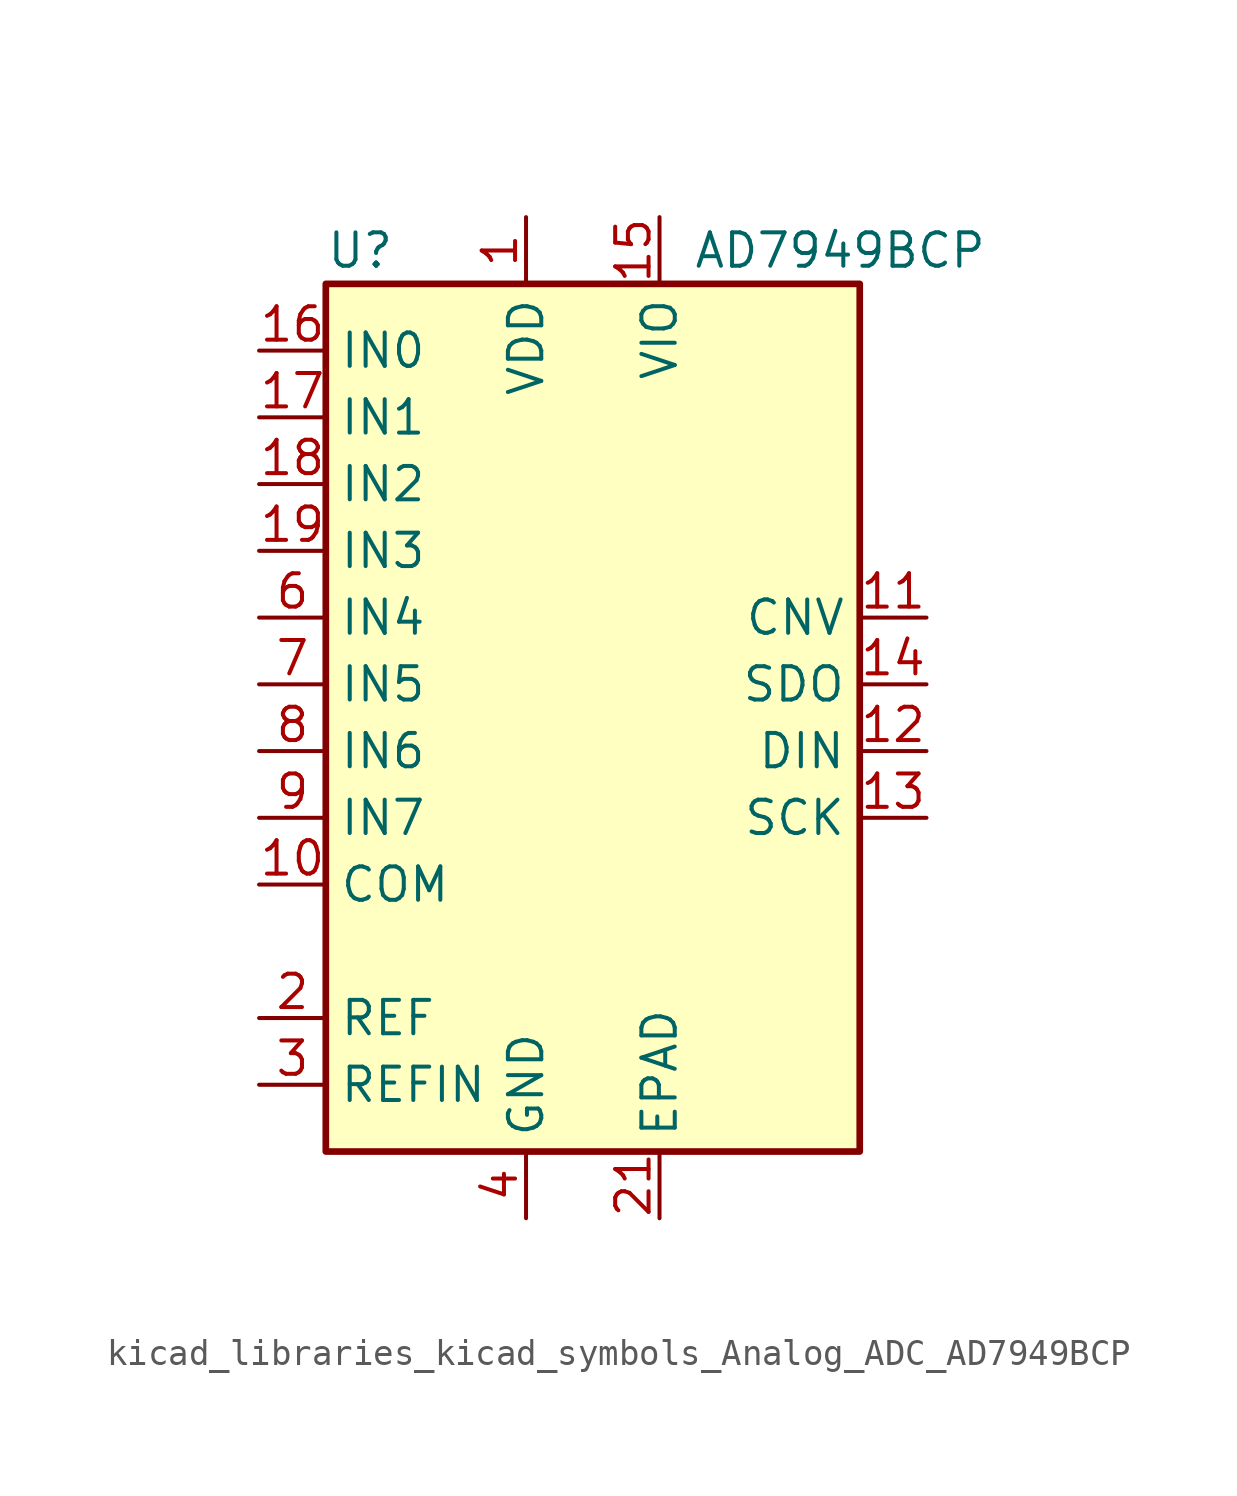
<source format=kicad_sym>
(kicad_symbol_lib
  (version 20220914)
  (generator kicad_symbol_editor)
  (symbol "kicad_libraries_kicad_symbols_Analog_ADC_AD7949BCP"
    (property "Reference" "U"
      (at -10.16 16.51 0)
      (effects (font (size 1.27 1.27)) (justify left)))
    (property "Value" "AD7949BCP"
      (at 3.81 16.51 0)
      (effects (font (size 1.27 1.27)) (justify left)))
    (symbol "kicad_libraries_kicad_symbols_Analog_ADC_AD7949BCP_0_1"
      (rectangle (start -10.16 15.24) (end 10.16 -17.78) (stroke (width 0.254) (type default)) (fill (type background))))
    (symbol "kicad_libraries_kicad_symbols_Analog_ADC_AD7949BCP_1_1"
      (pin power_in line (at -2.54 17.78 270) (length 2.54) (name "VDD" (effects (font (size 1.27 1.27)))) (number "1" (effects (font (size 1.27 1.27)))))
      (pin input line (at -12.7 -7.62 0) (length 2.54) (name "COM" (effects (font (size 1.27 1.27)))) (number "10" (effects (font (size 1.27 1.27)))))
      (pin input line (at 12.7 2.54 180) (length 2.54) (name "CNV" (effects (font (size 1.27 1.27)))) (number "11" (effects (font (size 1.27 1.27)))))
      (pin input line (at 12.7 -2.54 180) (length 2.54) (name "DIN" (effects (font (size 1.27 1.27)))) (number "12" (effects (font (size 1.27 1.27)))))
      (pin input line (at 12.7 -5.08 180) (length 2.54) (name "SCK" (effects (font (size 1.27 1.27)))) (number "13" (effects (font (size 1.27 1.27)))))
      (pin output line (at 12.7 0 180) (length 2.54) (name "SDO" (effects (font (size 1.27 1.27)))) (number "14" (effects (font (size 1.27 1.27)))))
      (pin power_in line (at 2.54 17.78 270) (length 2.54) (name "VIO" (effects (font (size 1.27 1.27)))) (number "15" (effects (font (size 1.27 1.27)))))
      (pin input line (at -12.7 12.7 0) (length 2.54) (name "IN0" (effects (font (size 1.27 1.27)))) (number "16" (effects (font (size 1.27 1.27)))))
      (pin input line (at -12.7 10.16 0) (length 2.54) (name "IN1" (effects (font (size 1.27 1.27)))) (number "17" (effects (font (size 1.27 1.27)))))
      (pin input line (at -12.7 7.62 0) (length 2.54) (name "IN2" (effects (font (size 1.27 1.27)))) (number "18" (effects (font (size 1.27 1.27)))))
      (pin input line (at -12.7 5.08 0) (length 2.54) (name "IN3" (effects (font (size 1.27 1.27)))) (number "19" (effects (font (size 1.27 1.27)))))
      (pin passive line (at -12.7 -12.7 0) (length 2.54) (name "REF" (effects (font (size 1.27 1.27)))) (number "2" (effects (font (size 1.27 1.27)))))
      (pin passive line (at -2.54 17.78 270) (length 2.54) hide (name "VDD" (effects (font (size 1.27 1.27)))) (number "20" (effects (font (size 1.27 1.27)))))
      (pin power_in line (at 2.54 -20.32 90) (length 2.54) (name "EPAD" (effects (font (size 1.27 1.27)))) (number "21" (effects (font (size 1.27 1.27)))))
      (pin passive line (at -12.7 -15.24 0) (length 2.54) (name "REFIN" (effects (font (size 1.27 1.27)))) (number "3" (effects (font (size 1.27 1.27)))))
      (pin power_in line (at -2.54 -20.32 90) (length 2.54) (name "GND" (effects (font (size 1.27 1.27)))) (number "4" (effects (font (size 1.27 1.27)))))
      (pin passive line (at -2.54 -20.32 90) (length 2.54) hide (name "GND" (effects (font (size 1.27 1.27)))) (number "5" (effects (font (size 1.27 1.27)))))
      (pin input line (at -12.7 2.54 0) (length 2.54) (name "IN4" (effects (font (size 1.27 1.27)))) (number "6" (effects (font (size 1.27 1.27)))))
      (pin input line (at -12.7 0 0) (length 2.54) (name "IN5" (effects (font (size 1.27 1.27)))) (number "7" (effects (font (size 1.27 1.27)))))
      (pin input line (at -12.7 -2.54 0) (length 2.54) (name "IN6" (effects (font (size 1.27 1.27)))) (number "8" (effects (font (size 1.27 1.27)))))
      (pin input line (at -12.7 -5.08 0) (length 2.54) (name "IN7" (effects (font (size 1.27 1.27)))) (number "9" (effects (font (size 1.27 1.27))))))))
</source>
